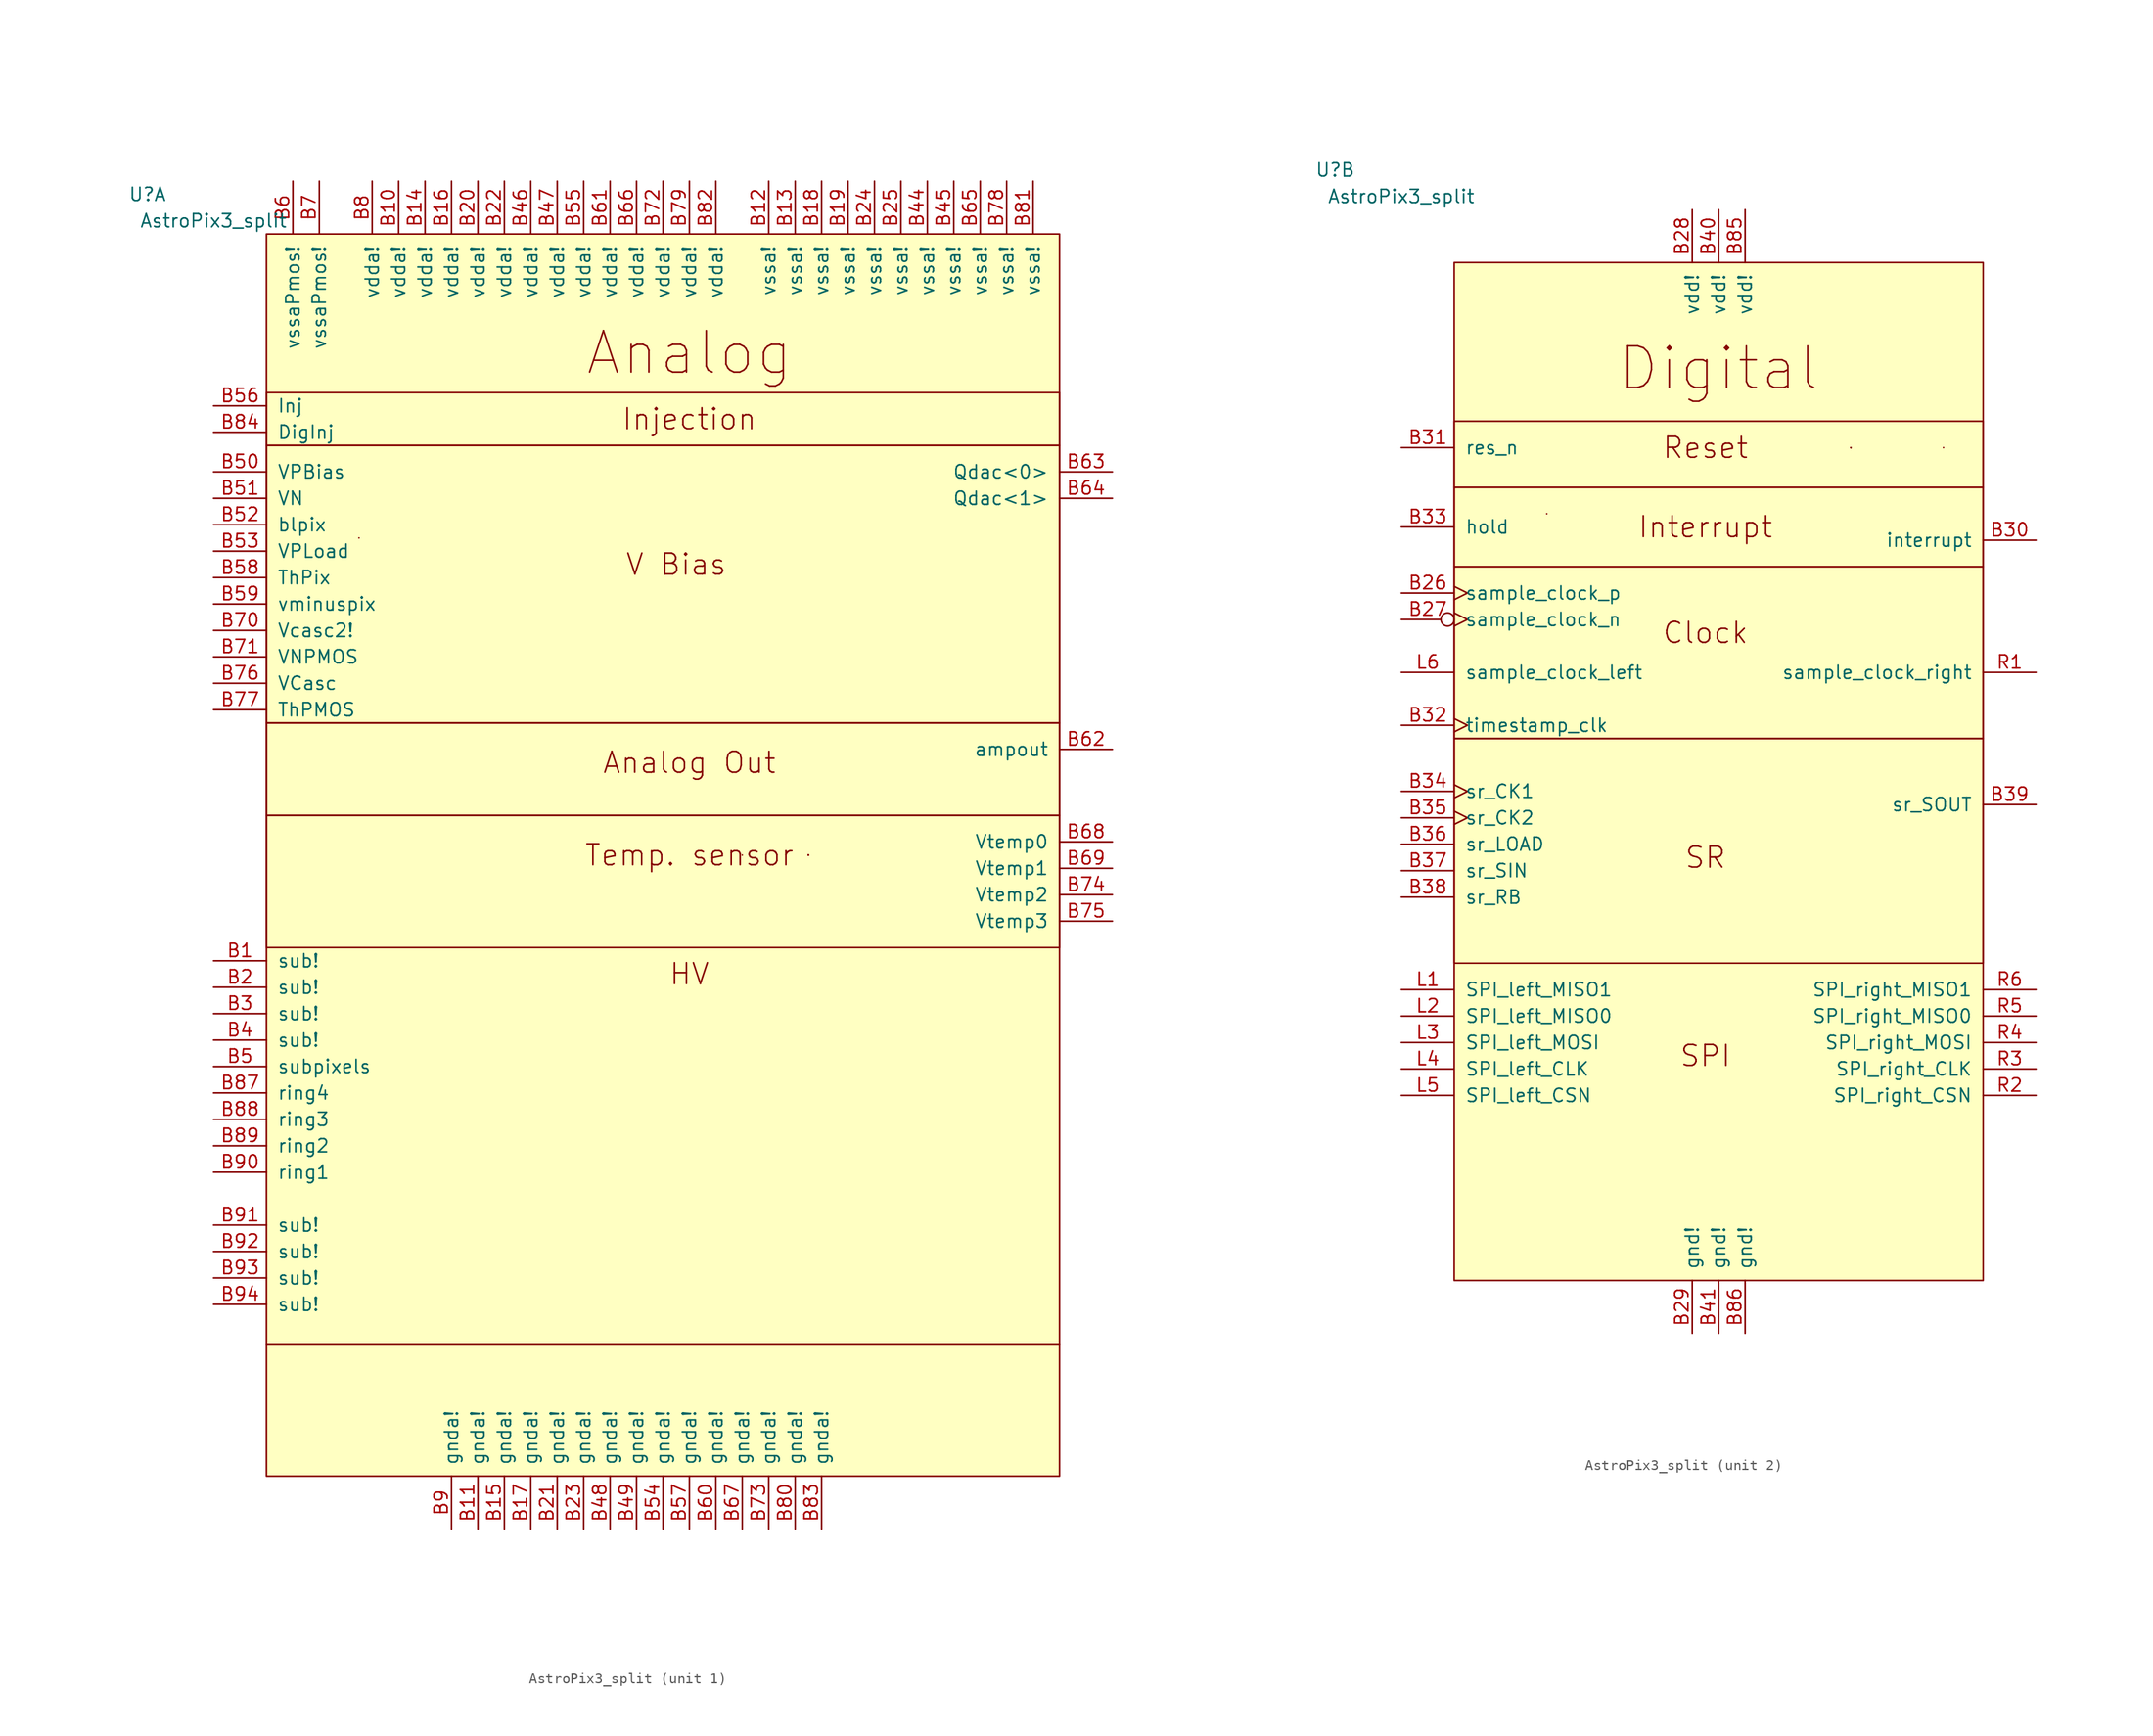
<source format=kicad_sym>
(kicad_symbol_lib
  (version 20231120)
  (generator "kicad_symbol_editor")
  (generator_version "8.0")
  (symbol "AstroPix3_split"
    (pin_names
      (offset 1.016))
    (property "Reference" "U"
      (at -36.83 40.64 0)
      (effects (font (size 1.27 1.27))))
    (property "Value" "AstroPix3_split"
      (at -30.48 38.1 0)
      (effects (font (size 1.27 1.27))))
    (property "ki_locked" ""
      (at 0 0 0)
      (effects (font (size 1.27 1.27))))
    (symbol "AstroPix3_split_0_1"
      (polyline (pts (xy -16.51 7.62) (xy -16.51 7.62)) (stroke (width 0) (type default)) (fill (type none))))
    (symbol "AstroPix3_split_1_1"
      (rectangle (start -25.4 -19.05) (end 50.8 -31.75) (stroke (width 0) (type default)) (fill (type none)))
      (rectangle (start -25.4 -10.16) (end 50.8 -19.05) (stroke (width 0) (type default)) (fill (type none)))
      (rectangle (start -25.4 16.51) (end 50.8 -10.16) (stroke (width 0) (type default)) (fill (type none)))
      (rectangle (start -25.4 21.59) (end 50.8 16.51) (stroke (width 0) (type default)) (fill (type none)))
      (rectangle (start -25.4 36.83) (end 50.8 -82.55) (stroke (width 0) (type default)) (fill (type background)))
      (polyline (pts (xy -25.4 -69.85) (xy 50.8 -69.85)) (stroke (width 0) (type default)) (fill (type none)))
      (polyline (pts (xy 20.32 -22.86) (xy 20.32 -22.86)) (stroke (width 0) (type default)) (fill (type none)))
      (polyline (pts (xy 26.67 -22.86) (xy 26.67 -22.86)) (stroke (width 0) (type default)) (fill (type none)))
      (polyline (pts (xy 26.67 -22.86) (xy 26.67 -22.86)) (stroke (width 0) (type default)) (fill (type none)))
      (polyline (pts (xy 26.67 -22.86) (xy 26.67 -22.86)) (stroke (width 0) (type default)) (fill (type none)))
      (polyline (pts (xy 26.67 -22.86) (xy 26.67 -22.86)) (stroke (width 0) (type default)) (fill (type none)))
      (polyline (pts (xy 26.67 -22.86) (xy 26.67 -22.86)) (stroke (width 0) (type default)) (fill (type none)))
      (text "Analog" (at 15.24 25.4 0) (effects (font (size 3.988 3.988))))
      (text "Analog Out" (at 15.24 -13.97 0) (effects (font (size 2.007 2.007))))
      (text "HV" (at 15.24 -34.29 0) (effects (font (size 2.007 2.007))))
      (text "Injection" (at 15.24 19.05 0) (effects (font (size 2.007 2.007))))
      (text "Temp. sensor" (at 15.24 -22.86 0) (effects (font (size 2.007 2.007))))
      (text "V Bias" (at 13.97 5.08 0) (effects (font (size 2.007 2.007))))
      (pin power_in line (at -30.48 -33.02 0) (length 5.08) (name "sub!" (effects (font (size 1.27 1.27)))) (number "B1" (effects (font (size 1.27 1.27)))))
      (pin power_in line (at -12.7 41.91 270) (length 5.08) (name "vdda!" (effects (font (size 1.27 1.27)))) (number "B10" (effects (font (size 1.27 1.27)))))
      (pin power_in line (at -5.08 -87.63 90) (length 5.08) (name "gnda!" (effects (font (size 1.27 1.27)))) (number "B11" (effects (font (size 1.27 1.27)))))
      (pin power_in line (at 22.86 41.91 270) (length 5.08) (name "vssa!" (effects (font (size 1.27 1.27)))) (number "B12" (effects (font (size 1.27 1.27)))))
      (pin power_in line (at 25.4 41.91 270) (length 5.08) (name "vssa!" (effects (font (size 1.27 1.27)))) (number "B13" (effects (font (size 1.27 1.27)))))
      (pin power_in line (at -10.16 41.91 270) (length 5.08) (name "vdda!" (effects (font (size 1.27 1.27)))) (number "B14" (effects (font (size 1.27 1.27)))))
      (pin power_in line (at -2.54 -87.63 90) (length 5.08) (name "gnda!" (effects (font (size 1.27 1.27)))) (number "B15" (effects (font (size 1.27 1.27)))))
      (pin power_in line (at -7.62 41.91 270) (length 5.08) (name "vdda!" (effects (font (size 1.27 1.27)))) (number "B16" (effects (font (size 1.27 1.27)))))
      (pin power_in line (at 0 -87.63 90) (length 5.08) (name "gnda!" (effects (font (size 1.27 1.27)))) (number "B17" (effects (font (size 1.27 1.27)))))
      (pin power_in line (at 27.94 41.91 270) (length 5.08) (name "vssa!" (effects (font (size 1.27 1.27)))) (number "B18" (effects (font (size 1.27 1.27)))))
      (pin power_in line (at 30.48 41.91 270) (length 5.08) (name "vssa!" (effects (font (size 1.27 1.27)))) (number "B19" (effects (font (size 1.27 1.27)))))
      (pin power_in line (at -30.48 -35.56 0) (length 5.08) (name "sub!" (effects (font (size 1.27 1.27)))) (number "B2" (effects (font (size 1.27 1.27)))))
      (pin power_in line (at -5.08 41.91 270) (length 5.08) (name "vdda!" (effects (font (size 1.27 1.27)))) (number "B20" (effects (font (size 1.27 1.27)))))
      (pin power_in line (at 2.54 -87.63 90) (length 5.08) (name "gnda!" (effects (font (size 1.27 1.27)))) (number "B21" (effects (font (size 1.27 1.27)))))
      (pin power_in line (at -2.54 41.91 270) (length 5.08) (name "vdda!" (effects (font (size 1.27 1.27)))) (number "B22" (effects (font (size 1.27 1.27)))))
      (pin power_in line (at 5.08 -87.63 90) (length 5.08) (name "gnda!" (effects (font (size 1.27 1.27)))) (number "B23" (effects (font (size 1.27 1.27)))))
      (pin power_in line (at 33.02 41.91 270) (length 5.08) (name "vssa!" (effects (font (size 1.27 1.27)))) (number "B24" (effects (font (size 1.27 1.27)))))
      (pin power_in line (at 35.56 41.91 270) (length 5.08) (name "vssa!" (effects (font (size 1.27 1.27)))) (number "B25" (effects (font (size 1.27 1.27)))))
      (pin power_in line (at -30.48 -38.1 0) (length 5.08) (name "sub!" (effects (font (size 1.27 1.27)))) (number "B3" (effects (font (size 1.27 1.27)))))
      (pin power_in line (at -30.48 -40.64 0) (length 5.08) (name "sub!" (effects (font (size 1.27 1.27)))) (number "B4" (effects (font (size 1.27 1.27)))))
      (pin no_connect line (at 53.34 -52.07 180) (length 2.54) hide (name "nc" (effects (font (size 1.27 1.27)))) (number "B42" (effects (font (size 1.27 1.27)))))
      (pin no_connect line (at 53.34 -54.61 180) (length 2.54) hide (name "nc" (effects (font (size 1.27 1.27)))) (number "B43" (effects (font (size 1.27 1.27)))))
      (pin power_in line (at 38.1 41.91 270) (length 5.08) (name "vssa!" (effects (font (size 1.27 1.27)))) (number "B44" (effects (font (size 1.27 1.27)))))
      (pin power_in line (at 40.64 41.91 270) (length 5.08) (name "vssa!" (effects (font (size 1.27 1.27)))) (number "B45" (effects (font (size 1.27 1.27)))))
      (pin power_in line (at 0 41.91 270) (length 5.08) (name "vdda!" (effects (font (size 1.27 1.27)))) (number "B46" (effects (font (size 1.27 1.27)))))
      (pin power_in line (at 2.54 41.91 270) (length 5.08) (name "vdda!" (effects (font (size 1.27 1.27)))) (number "B47" (effects (font (size 1.27 1.27)))))
      (pin power_in line (at 7.62 -87.63 90) (length 5.08) (name "gnda!" (effects (font (size 1.27 1.27)))) (number "B48" (effects (font (size 1.27 1.27)))))
      (pin power_in line (at 10.16 -87.63 90) (length 5.08) (name "gnda!" (effects (font (size 1.27 1.27)))) (number "B49" (effects (font (size 1.27 1.27)))))
      (pin power_in line (at -30.48 -43.18 0) (length 5.08) (name "subpixels" (effects (font (size 1.27 1.27)))) (number "B5" (effects (font (size 1.27 1.27)))))
      (pin input line (at -30.48 13.97 0) (length 5.08) (name "VPBias" (effects (font (size 1.27 1.27)))) (number "B50" (effects (font (size 1.27 1.27)))))
      (pin input line (at -30.48 11.43 0) (length 5.08) (name "VN" (effects (font (size 1.27 1.27)))) (number "B51" (effects (font (size 1.27 1.27)))))
      (pin input line (at -30.48 8.89 0) (length 5.08) (name "blpix" (effects (font (size 1.27 1.27)))) (number "B52" (effects (font (size 1.27 1.27)))))
      (pin input line (at -30.48 6.35 0) (length 5.08) (name "VPLoad" (effects (font (size 1.27 1.27)))) (number "B53" (effects (font (size 1.27 1.27)))))
      (pin power_in line (at 12.7 -87.63 90) (length 5.08) (name "gnda!" (effects (font (size 1.27 1.27)))) (number "B54" (effects (font (size 1.27 1.27)))))
      (pin power_in line (at 5.08 41.91 270) (length 5.08) (name "vdda!" (effects (font (size 1.27 1.27)))) (number "B55" (effects (font (size 1.27 1.27)))))
      (pin input line (at -30.48 20.32 0) (length 5.08) (name "Inj" (effects (font (size 1.27 1.27)))) (number "B56" (effects (font (size 1.27 1.27)))))
      (pin power_in line (at 15.24 -87.63 90) (length 5.08) (name "gnda!" (effects (font (size 1.27 1.27)))) (number "B57" (effects (font (size 1.27 1.27)))))
      (pin input line (at -30.48 3.81 0) (length 5.08) (name "ThPix" (effects (font (size 1.27 1.27)))) (number "B58" (effects (font (size 1.27 1.27)))))
      (pin input line (at -30.48 1.27 0) (length 5.08) (name "vminuspix" (effects (font (size 1.27 1.27)))) (number "B59" (effects (font (size 1.27 1.27)))))
      (pin power_in line (at -22.86 41.91 270) (length 5.08) (name "vssaPmos!" (effects (font (size 1.27 1.27)))) (number "B6" (effects (font (size 1.27 1.27)))))
      (pin power_in line (at 17.78 -87.63 90) (length 5.08) (name "gnda!" (effects (font (size 1.27 1.27)))) (number "B60" (effects (font (size 1.27 1.27)))))
      (pin power_in line (at 7.62 41.91 270) (length 5.08) (name "vdda!" (effects (font (size 1.27 1.27)))) (number "B61" (effects (font (size 1.27 1.27)))))
      (pin output line (at 55.88 -12.7 180) (length 5.08) (name "ampout" (effects (font (size 1.27 1.27)))) (number "B62" (effects (font (size 1.27 1.27)))))
      (pin output line (at 55.88 13.97 180) (length 5.08) (name "Qdac<0>" (effects (font (size 1.27 1.27)))) (number "B63" (effects (font (size 1.27 1.27)))))
      (pin output line (at 55.88 11.43 180) (length 5.08) (name "Qdac<1>" (effects (font (size 1.27 1.27)))) (number "B64" (effects (font (size 1.27 1.27)))))
      (pin power_in line (at 43.18 41.91 270) (length 5.08) (name "vssa!" (effects (font (size 1.27 1.27)))) (number "B65" (effects (font (size 1.27 1.27)))))
      (pin power_in line (at 10.16 41.91 270) (length 5.08) (name "vdda!" (effects (font (size 1.27 1.27)))) (number "B66" (effects (font (size 1.27 1.27)))))
      (pin power_in line (at 20.32 -87.63 90) (length 5.08) (name "gnda!" (effects (font (size 1.27 1.27)))) (number "B67" (effects (font (size 1.27 1.27)))))
      (pin output line (at 55.88 -21.59 180) (length 5.08) (name "Vtemp0" (effects (font (size 1.27 1.27)))) (number "B68" (effects (font (size 1.27 1.27)))))
      (pin output line (at 55.88 -24.13 180) (length 5.08) (name "Vtemp1" (effects (font (size 1.27 1.27)))) (number "B69" (effects (font (size 1.27 1.27)))))
      (pin power_in line (at -20.32 41.91 270) (length 5.08) (name "vssaPmos!" (effects (font (size 1.27 1.27)))) (number "B7" (effects (font (size 1.27 1.27)))))
      (pin input line (at -30.48 -1.27 0) (length 5.08) (name "Vcasc2!" (effects (font (size 1.27 1.27)))) (number "B70" (effects (font (size 1.27 1.27)))))
      (pin input line (at -30.48 -3.81 0) (length 5.08) (name "VNPMOS" (effects (font (size 1.27 1.27)))) (number "B71" (effects (font (size 1.27 1.27)))))
      (pin power_in line (at 12.7 41.91 270) (length 5.08) (name "vdda!" (effects (font (size 1.27 1.27)))) (number "B72" (effects (font (size 1.27 1.27)))))
      (pin power_in line (at 22.86 -87.63 90) (length 5.08) (name "gnda!" (effects (font (size 1.27 1.27)))) (number "B73" (effects (font (size 1.27 1.27)))))
      (pin output line (at 55.88 -26.67 180) (length 5.08) (name "Vtemp2" (effects (font (size 1.27 1.27)))) (number "B74" (effects (font (size 1.27 1.27)))))
      (pin output line (at 55.88 -29.21 180) (length 5.08) (name "Vtemp3" (effects (font (size 1.27 1.27)))) (number "B75" (effects (font (size 1.27 1.27)))))
      (pin input line (at -30.48 -6.35 0) (length 5.08) (name "VCasc" (effects (font (size 1.27 1.27)))) (number "B76" (effects (font (size 1.27 1.27)))))
      (pin input line (at -30.48 -8.89 0) (length 5.08) (name "ThPMOS" (effects (font (size 1.27 1.27)))) (number "B77" (effects (font (size 1.27 1.27)))))
      (pin power_in line (at 45.72 41.91 270) (length 5.08) (name "vssa!" (effects (font (size 1.27 1.27)))) (number "B78" (effects (font (size 1.27 1.27)))))
      (pin power_in line (at 15.24 41.91 270) (length 5.08) (name "vdda!" (effects (font (size 1.27 1.27)))) (number "B79" (effects (font (size 1.27 1.27)))))
      (pin power_in line (at -15.24 41.91 270) (length 5.08) (name "vdda!" (effects (font (size 1.27 1.27)))) (number "B8" (effects (font (size 1.27 1.27)))))
      (pin power_in line (at 25.4 -87.63 90) (length 5.08) (name "gnda!" (effects (font (size 1.27 1.27)))) (number "B80" (effects (font (size 1.27 1.27)))))
      (pin power_in line (at 48.26 41.91 270) (length 5.08) (name "vssa!" (effects (font (size 1.27 1.27)))) (number "B81" (effects (font (size 1.27 1.27)))))
      (pin power_in line (at 17.78 41.91 270) (length 5.08) (name "vdda!" (effects (font (size 1.27 1.27)))) (number "B82" (effects (font (size 1.27 1.27)))))
      (pin power_in line (at 27.94 -87.63 90) (length 5.08) (name "gnda!" (effects (font (size 1.27 1.27)))) (number "B83" (effects (font (size 1.27 1.27)))))
      (pin input line (at -30.48 17.78 0) (length 5.08) (name "DigInj" (effects (font (size 1.27 1.27)))) (number "B84" (effects (font (size 1.27 1.27)))))
      (pin input line (at -30.48 -45.72 0) (length 5.08) (name "ring4" (effects (font (size 1.27 1.27)))) (number "B87" (effects (font (size 1.27 1.27)))))
      (pin input line (at -30.48 -48.26 0) (length 5.08) (name "ring3" (effects (font (size 1.27 1.27)))) (number "B88" (effects (font (size 1.27 1.27)))))
      (pin input line (at -30.48 -50.8 0) (length 5.08) (name "ring2" (effects (font (size 1.27 1.27)))) (number "B89" (effects (font (size 1.27 1.27)))))
      (pin power_in line (at -7.62 -87.63 90) (length 5.08) (name "gnda!" (effects (font (size 1.27 1.27)))) (number "B9" (effects (font (size 1.27 1.27)))))
      (pin input line (at -30.48 -53.34 0) (length 5.08) (name "ring1" (effects (font (size 1.27 1.27)))) (number "B90" (effects (font (size 1.27 1.27)))))
      (pin power_in line (at -30.48 -58.42 0) (length 5.08) (name "sub!" (effects (font (size 1.27 1.27)))) (number "B91" (effects (font (size 1.27 1.27)))))
      (pin power_in line (at -30.48 -60.96 0) (length 5.08) (name "sub!" (effects (font (size 1.27 1.27)))) (number "B92" (effects (font (size 1.27 1.27)))))
      (pin power_in line (at -30.48 -63.5 0) (length 5.08) (name "sub!" (effects (font (size 1.27 1.27)))) (number "B93" (effects (font (size 1.27 1.27)))))
      (pin power_in line (at -30.48 -66.04 0) (length 5.08) (name "sub!" (effects (font (size 1.27 1.27)))) (number "B94" (effects (font (size 1.27 1.27))))))
    (symbol "AstroPix3_split_2_1"
      (rectangle (start -25.4 -13.97) (end 25.4 -35.56) (stroke (width 0) (type default)) (fill (type none)))
      (rectangle (start -25.4 2.54) (end 25.4 -13.97) (stroke (width 0) (type default)) (fill (type none)))
      (rectangle (start -25.4 2.54) (end 25.4 10.16) (stroke (width 0) (type default)) (fill (type none)))
      (rectangle (start -25.4 16.51) (end 25.4 10.16) (stroke (width 0) (type default)) (fill (type none)))
      (rectangle (start -25.4 31.75) (end 25.4 -66.04) (stroke (width 0) (type default)) (fill (type background)))
      (polyline (pts (xy 12.7 13.97) (xy 12.7 13.97)) (stroke (width 0) (type default)) (fill (type none)))
      (polyline (pts (xy 12.7 13.97) (xy 12.7 13.97)) (stroke (width 0) (type default)) (fill (type none)))
      (polyline (pts (xy 12.7 13.97) (xy 12.7 13.97)) (stroke (width 0) (type default)) (fill (type none)))
      (polyline (pts (xy 12.7 13.97) (xy 12.7 13.97)) (stroke (width 0) (type default)) (fill (type none)))
      (polyline (pts (xy 12.7 13.97) (xy 12.7 13.97)) (stroke (width 0) (type default)) (fill (type none)))
      (polyline (pts (xy 21.59 13.97) (xy 21.59 13.97)) (stroke (width 0) (type default)) (fill (type none)))
      (text "Clock" (at -1.27 -3.81 0) (effects (font (size 2.007 2.007))))
      (text "Digital" (at 0 21.59 0) (effects (font (size 3.988 3.988))))
      (text "Interrupt" (at -1.27 6.35 0) (effects (font (size 2.007 2.007))))
      (text "Reset" (at -1.27 13.97 0) (effects (font (size 2.007 2.007))))
      (text "SPI" (at -1.27 -44.45 0) (effects (font (size 2.007 2.007))))
      (text "SR" (at -1.27 -25.4 0) (effects (font (size 2.007 2.007))))
      (pin input clock (at -30.48 0 0) (length 5.08) (name "sample_clock_p" (effects (font (size 1.27 1.27)))) (number "B26" (effects (font (size 1.27 1.27)))))
      (pin input inverted_clock (at -30.48 -2.54 0) (length 5.08) (name "sample_clock_n" (effects (font (size 1.27 1.27)))) (number "B27" (effects (font (size 1.27 1.27)))))
      (pin power_in line (at -2.54 36.83 270) (length 5.08) (name "vdd!" (effects (font (size 1.27 1.27)))) (number "B28" (effects (font (size 1.27 1.27)))))
      (pin power_in line (at -2.54 -71.12 90) (length 5.08) (name "gnd!" (effects (font (size 1.27 1.27)))) (number "B29" (effects (font (size 1.27 1.27)))))
      (pin open_collector line (at 30.48 5.08 180) (length 5.08) (name "interrupt" (effects (font (size 1.27 1.27)))) (number "B30" (effects (font (size 1.27 1.27)))))
      (pin input line (at -30.48 13.97 0) (length 5.08) (name "res_n" (effects (font (size 1.27 1.27)))) (number "B31" (effects (font (size 1.27 1.27)))))
      (pin input clock (at -30.48 -12.7 0) (length 5.08) (name "timestamp_clk" (effects (font (size 1.27 1.27)))) (number "B32" (effects (font (size 1.27 1.27)))))
      (pin input line (at -30.48 6.35 0) (length 5.08) (name "hold" (effects (font (size 1.27 1.27)))) (number "B33" (effects (font (size 1.27 1.27)))))
      (pin input clock (at -30.48 -19.05 0) (length 5.08) (name "sr_CK1" (effects (font (size 1.27 1.27)))) (number "B34" (effects (font (size 1.27 1.27)))))
      (pin input clock (at -30.48 -21.59 0) (length 5.08) (name "sr_CK2" (effects (font (size 1.27 1.27)))) (number "B35" (effects (font (size 1.27 1.27)))))
      (pin input line (at -30.48 -24.13 0) (length 5.08) (name "sr_LOAD" (effects (font (size 1.27 1.27)))) (number "B36" (effects (font (size 1.27 1.27)))))
      (pin input line (at -30.48 -26.67 0) (length 5.08) (name "sr_SIN" (effects (font (size 1.27 1.27)))) (number "B37" (effects (font (size 1.27 1.27)))))
      (pin input line (at -30.48 -29.21 0) (length 5.08) (name "sr_RB" (effects (font (size 1.27 1.27)))) (number "B38" (effects (font (size 1.27 1.27)))))
      (pin output line (at 30.48 -20.32 180) (length 5.08) (name "sr_SOUT" (effects (font (size 1.27 1.27)))) (number "B39" (effects (font (size 1.27 1.27)))))
      (pin power_in line (at 0 36.83 270) (length 5.08) (name "vdd!" (effects (font (size 1.27 1.27)))) (number "B40" (effects (font (size 1.27 1.27)))))
      (pin power_in line (at 0 -71.12 90) (length 5.08) (name "gnd!" (effects (font (size 1.27 1.27)))) (number "B41" (effects (font (size 1.27 1.27)))))
      (pin power_in line (at 2.54 36.83 270) (length 5.08) (name "vdd!" (effects (font (size 1.27 1.27)))) (number "B85" (effects (font (size 1.27 1.27)))))
      (pin power_in line (at 2.54 -71.12 90) (length 5.08) (name "gnd!" (effects (font (size 1.27 1.27)))) (number "B86" (effects (font (size 1.27 1.27)))))
      (pin output line (at -30.48 -38.1 0) (length 5.08) (name "SPI_left_MISO1" (effects (font (size 1.27 1.27)))) (number "L1" (effects (font (size 1.27 1.27)))))
      (pin output line (at -30.48 -40.64 0) (length 5.08) (name "SPI_left_MISO0" (effects (font (size 1.27 1.27)))) (number "L2" (effects (font (size 1.27 1.27)))))
      (pin input line (at -30.48 -43.18 0) (length 5.08) (name "SPI_left_MOSI" (effects (font (size 1.27 1.27)))) (number "L3" (effects (font (size 1.27 1.27)))))
      (pin input line (at -30.48 -45.72 0) (length 5.08) (name "SPI_left_CLK" (effects (font (size 1.27 1.27)))) (number "L4" (effects (font (size 1.27 1.27)))))
      (pin output line (at -30.48 -48.26 0) (length 5.08) (name "SPI_left_CSN" (effects (font (size 1.27 1.27)))) (number "L5" (effects (font (size 1.27 1.27)))))
      (pin input line (at -30.48 -7.62 0) (length 5.08) (name "sample_clock_left" (effects (font (size 1.27 1.27)))) (number "L6" (effects (font (size 1.27 1.27)))))
      (pin output line (at 30.48 -7.62 180) (length 5.08) (name "sample_clock_right" (effects (font (size 1.27 1.27)))) (number "R1" (effects (font (size 1.27 1.27)))))
      (pin input line (at 30.48 -48.26 180) (length 5.08) (name "SPI_right_CSN" (effects (font (size 1.27 1.27)))) (number "R2" (effects (font (size 1.27 1.27)))))
      (pin output line (at 30.48 -45.72 180) (length 5.08) (name "SPI_right_CLK" (effects (font (size 1.27 1.27)))) (number "R3" (effects (font (size 1.27 1.27)))))
      (pin output line (at 30.48 -43.18 180) (length 5.08) (name "SPI_right_MOSI" (effects (font (size 1.27 1.27)))) (number "R4" (effects (font (size 1.27 1.27)))))
      (pin input line (at 30.48 -40.64 180) (length 5.08) (name "SPI_right_MISO0" (effects (font (size 1.27 1.27)))) (number "R5" (effects (font (size 1.27 1.27)))))
      (pin input line (at 30.48 -38.1 180) (length 5.08) (name "SPI_right_MISO1" (effects (font (size 1.27 1.27)))) (number "R6" (effects (font (size 1.27 1.27))))))))
</source>
